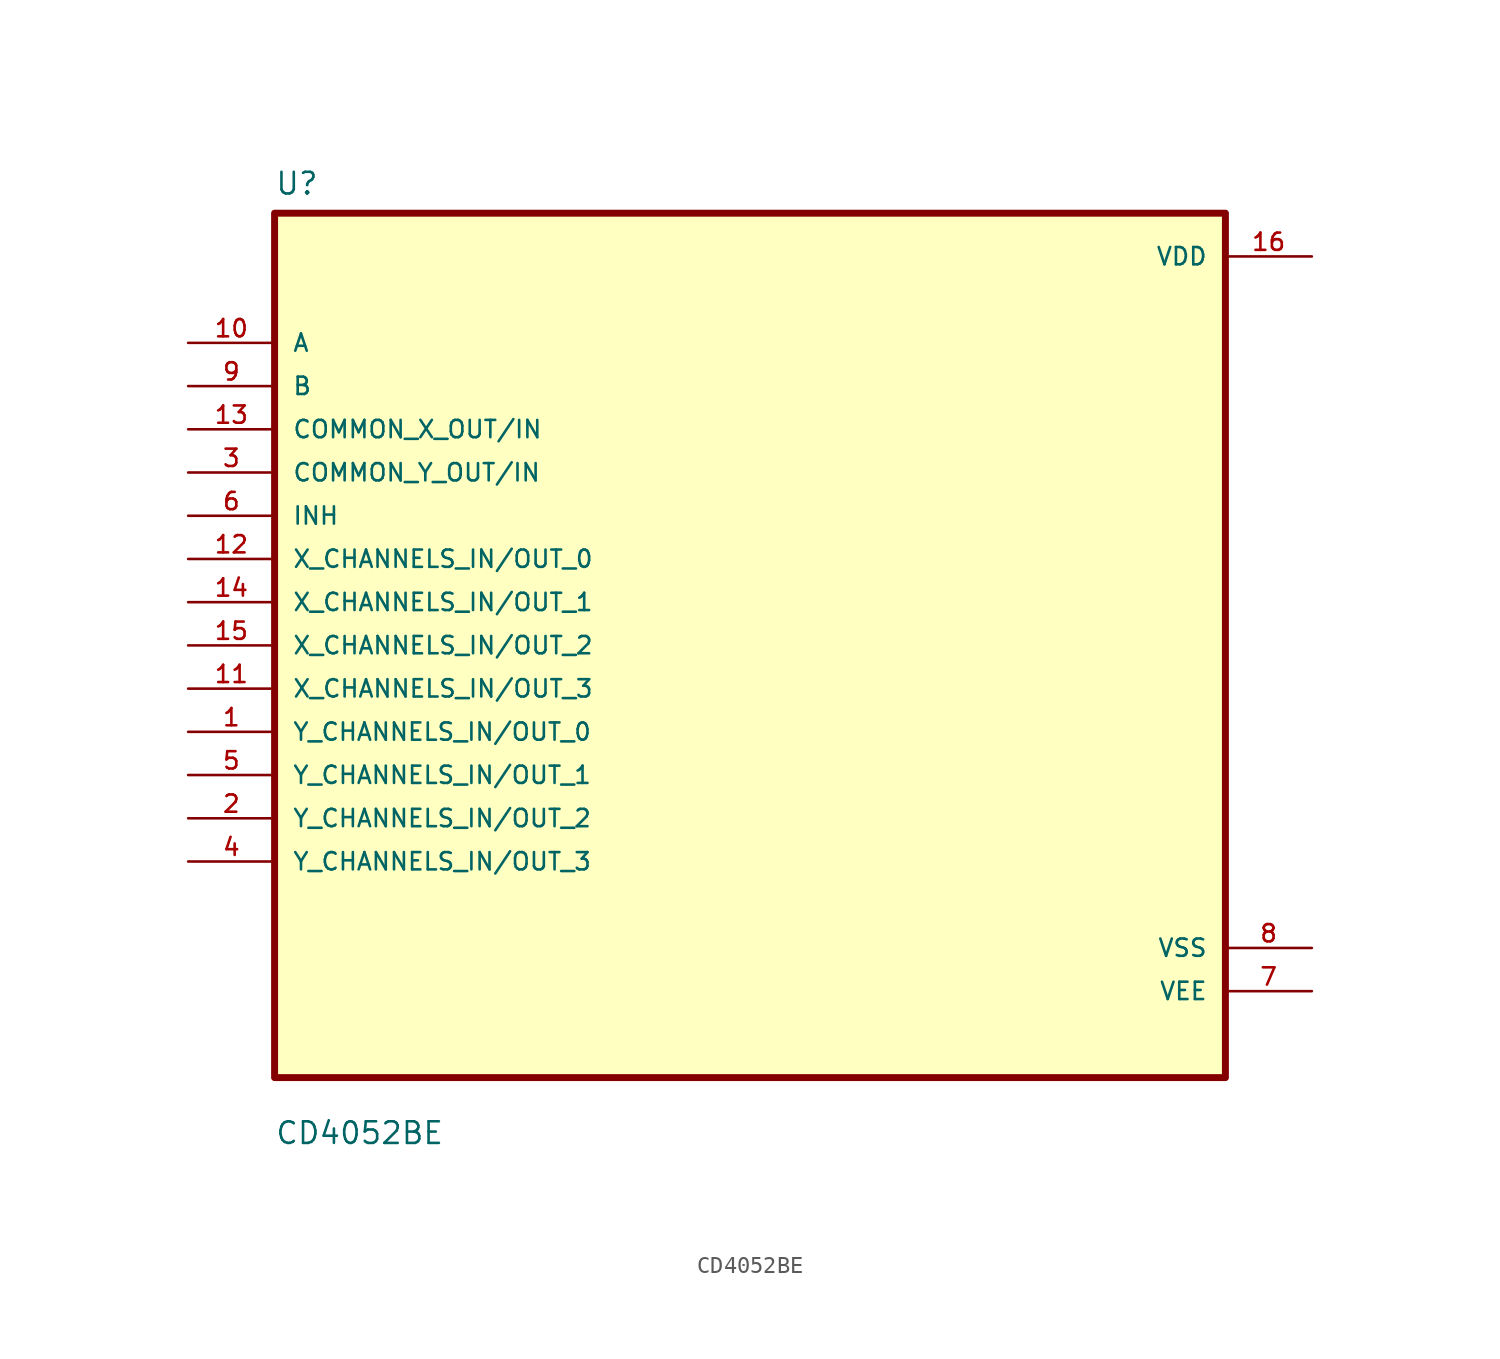
<source format=kicad_sym>
(kicad_symbol_lib
  (version 20211014)
  (generator kicad_symbol_editor)
  (symbol "CD4052BE"
    (pin_names
      (offset 1.016))
    (property "Reference" "U"
      (at -27.94 26.4 0.0)
      (effects (font (size 1.27 1.27)) (justify bottom left)))
    (property "Value" "CD4052BE"
      (at -27.94 -29.4 0.0)
      (effects (font (size 1.27 1.27)) (justify bottom left)))
    (symbol "CD4052BE_0_0"
      (rectangle (start -27.94 -25.4) (end 27.94 25.4) (stroke (width 0.41)) (fill (type background)))
      (pin input line (at -33.02 17.78 0) (length 5.08) (name "A" (effects (font (size 1.016 1.016)))) (number "10" (effects (font (size 1.016 1.016)))))
      (pin input line (at -33.02 15.24 0) (length 5.08) (name "B" (effects (font (size 1.016 1.016)))) (number "9" (effects (font (size 1.016 1.016)))))
      (pin input line (at -33.02 12.7 0) (length 5.08) (name "COMMON_X_OUT/IN" (effects (font (size 1.016 1.016)))) (number "13" (effects (font (size 1.016 1.016)))))
      (pin input line (at -33.02 10.16 0) (length 5.08) (name "COMMON_Y_OUT/IN" (effects (font (size 1.016 1.016)))) (number "3" (effects (font (size 1.016 1.016)))))
      (pin input line (at -33.02 7.62 0) (length 5.08) (name "INH" (effects (font (size 1.016 1.016)))) (number "6" (effects (font (size 1.016 1.016)))))
      (pin input line (at -33.02 5.08 0) (length 5.08) (name "X_CHANNELS_IN/OUT_0" (effects (font (size 1.016 1.016)))) (number "12" (effects (font (size 1.016 1.016)))))
      (pin input line (at -33.02 2.54 0) (length 5.08) (name "X_CHANNELS_IN/OUT_1" (effects (font (size 1.016 1.016)))) (number "14" (effects (font (size 1.016 1.016)))))
      (pin input line (at -33.02 3.55271e-15 0) (length 5.08) (name "X_CHANNELS_IN/OUT_2" (effects (font (size 1.016 1.016)))) (number "15" (effects (font (size 1.016 1.016)))))
      (pin input line (at -33.02 -2.54 0) (length 5.08) (name "X_CHANNELS_IN/OUT_3" (effects (font (size 1.016 1.016)))) (number "11" (effects (font (size 1.016 1.016)))))
      (pin input line (at -33.02 -5.08 0) (length 5.08) (name "Y_CHANNELS_IN/OUT_0" (effects (font (size 1.016 1.016)))) (number "1" (effects (font (size 1.016 1.016)))))
      (pin input line (at -33.02 -7.62 0) (length 5.08) (name "Y_CHANNELS_IN/OUT_1" (effects (font (size 1.016 1.016)))) (number "5" (effects (font (size 1.016 1.016)))))
      (pin input line (at -33.02 -10.16 0) (length 5.08) (name "Y_CHANNELS_IN/OUT_2" (effects (font (size 1.016 1.016)))) (number "2" (effects (font (size 1.016 1.016)))))
      (pin input line (at -33.02 -12.7 0) (length 5.08) (name "Y_CHANNELS_IN/OUT_3" (effects (font (size 1.016 1.016)))) (number "4" (effects (font (size 1.016 1.016)))))
      (pin power_in line (at 33.02 22.86 180.0) (length 5.08) (name "VDD" (effects (font (size 1.016 1.016)))) (number "16" (effects (font (size 1.016 1.016)))))
      (pin power_in line (at 33.02 -17.78 180.0) (length 5.08) (name "VSS" (effects (font (size 1.016 1.016)))) (number "8" (effects (font (size 1.016 1.016)))))
      (pin power_in line (at 33.02 -20.32 180.0) (length 5.08) (name "VEE" (effects (font (size 1.016 1.016)))) (number "7" (effects (font (size 1.016 1.016))))))))
</source>
